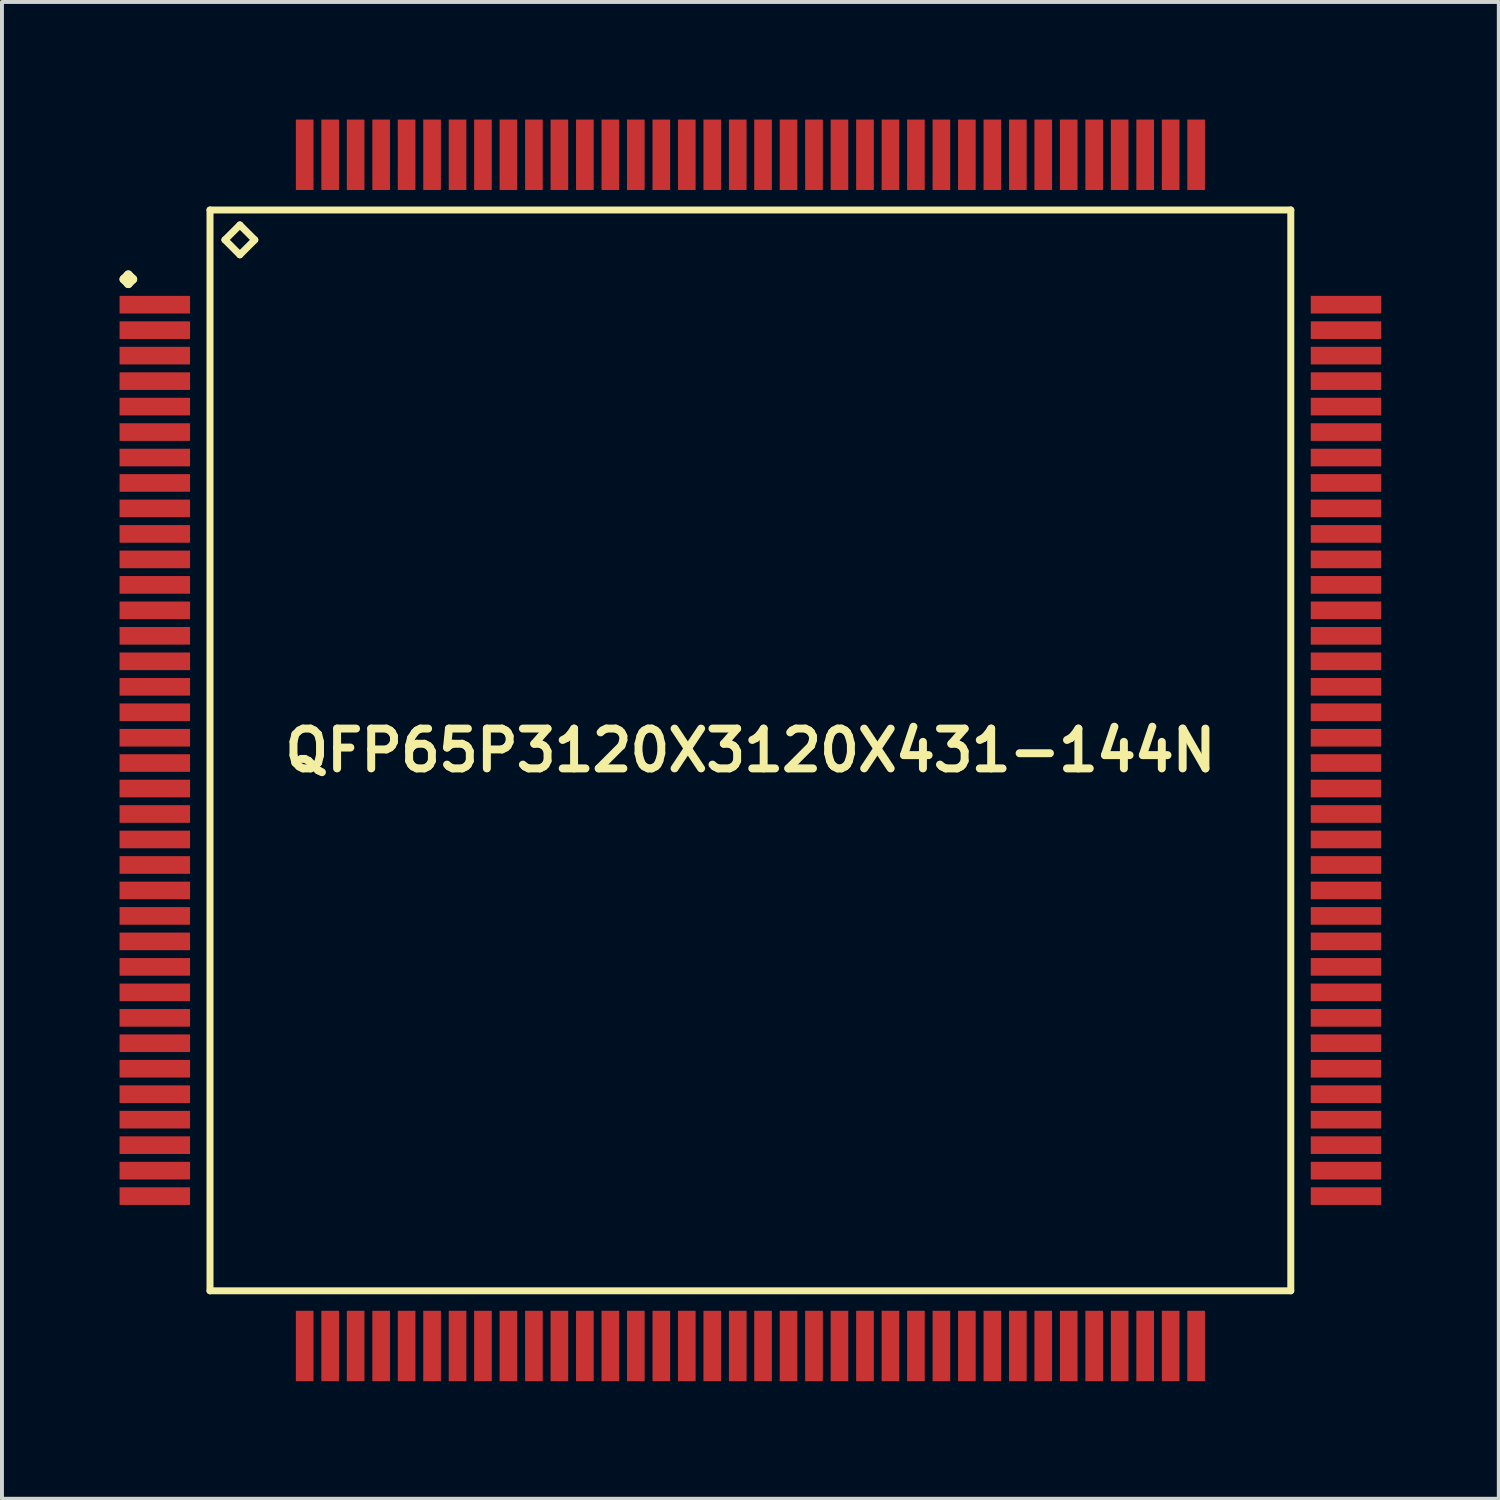
<source format=kicad_pcb>
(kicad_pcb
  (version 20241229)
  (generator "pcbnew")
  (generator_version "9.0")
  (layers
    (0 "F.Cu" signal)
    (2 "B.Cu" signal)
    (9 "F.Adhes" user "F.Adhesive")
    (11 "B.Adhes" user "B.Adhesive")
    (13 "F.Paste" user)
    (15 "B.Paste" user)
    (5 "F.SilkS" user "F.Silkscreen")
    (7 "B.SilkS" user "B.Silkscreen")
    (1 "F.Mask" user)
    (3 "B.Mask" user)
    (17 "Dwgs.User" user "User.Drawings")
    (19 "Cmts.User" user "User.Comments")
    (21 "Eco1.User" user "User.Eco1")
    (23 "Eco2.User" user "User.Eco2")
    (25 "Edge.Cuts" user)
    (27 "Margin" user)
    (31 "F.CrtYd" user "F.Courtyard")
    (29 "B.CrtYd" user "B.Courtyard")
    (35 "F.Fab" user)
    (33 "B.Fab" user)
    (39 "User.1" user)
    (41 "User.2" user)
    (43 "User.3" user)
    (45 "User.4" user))
  (footprint "QFP65P3120X3120X431-144N"
    (layer "F.Cu")
    (at 16.099 16.099)
    (property "Reference" "QFP65P3120X3120X431-144N" (at 0 0 0) (layer "F.SilkS") (effects (font (size 1.016 1.016) (thickness 0.203))))
    (attr smd)
    (fp_line (start -15.987 -12.024) (end -15.875 -12.136) (stroke (width 0.224) (type solid)) (layer "F.SilkS"))
    (fp_line (start -15.875 -12.136) (end -15.761 -12.024) (stroke (width 0.224) (type solid)) (layer "F.SilkS"))
    (fp_line (start -15.875 -11.91) (end -15.987 -12.024) (stroke (width 0.224) (type solid)) (layer "F.SilkS"))
    (fp_line (start -15.761 -12.024) (end -15.875 -11.91) (stroke (width 0.224) (type solid)) (layer "F.SilkS"))
    (fp_line (start -13.79 -13.79) (end -13.79 13.79) (stroke (width 0.178) (type solid)) (layer "F.SilkS"))
    (fp_line (start -13.79 13.79) (end 13.79 13.79) (stroke (width 0.178) (type solid)) (layer "F.SilkS"))
    (fp_line (start -13.409 -13.028) (end -13.028 -13.409) (stroke (width 0.178) (type solid)) (layer "F.SilkS"))
    (fp_line (start -13.028 -13.409) (end -12.647 -13.028) (stroke (width 0.178) (type solid)) (layer "F.SilkS"))
    (fp_line (start -13.028 -12.647) (end -13.409 -13.028) (stroke (width 0.178) (type solid)) (layer "F.SilkS"))
    (fp_line (start -12.647 -13.028) (end -13.028 -12.647) (stroke (width 0.178) (type solid)) (layer "F.SilkS"))
    (fp_line (start 13.79 -13.79) (end -13.79 -13.79) (stroke (width 0.178) (type solid)) (layer "F.SilkS"))
    (fp_line (start 13.79 13.79) (end 13.79 -13.79) (stroke (width 0.178) (type solid)) (layer "F.SilkS"))
    (pad "1" smd rect (at -15.199 -11.374) (size 1.798 0.45) (layers "F.Cu" "F.Mask" "F.Paste"))
    (pad "2" smd rect (at -15.199 -10.724) (size 1.798 0.45) (layers "F.Cu" "F.Mask" "F.Paste"))
    (pad "3" smd rect (at -15.199 -10.074) (size 1.798 0.45) (layers "F.Cu" "F.Mask" "F.Paste"))
    (pad "4" smd rect (at -15.199 -9.423) (size 1.798 0.45) (layers "F.Cu" "F.Mask" "F.Paste"))
    (pad "5" smd rect (at -15.199 -8.773) (size 1.798 0.45) (layers "F.Cu" "F.Mask" "F.Paste"))
    (pad "6" smd rect (at -15.199 -8.123) (size 1.798 0.45) (layers "F.Cu" "F.Mask" "F.Paste"))
    (pad "7" smd rect (at -15.199 -7.473) (size 1.798 0.45) (layers "F.Cu" "F.Mask" "F.Paste"))
    (pad "8" smd rect (at -15.199 -6.825) (size 1.798 0.45) (layers "F.Cu" "F.Mask" "F.Paste"))
    (pad "9" smd rect (at -15.199 -6.175) (size 1.798 0.45) (layers "F.Cu" "F.Mask" "F.Paste"))
    (pad "10" smd rect (at -15.199 -5.524) (size 1.798 0.45) (layers "F.Cu" "F.Mask" "F.Paste"))
    (pad "11" smd rect (at -15.199 -4.874) (size 1.798 0.45) (layers "F.Cu" "F.Mask" "F.Paste"))
    (pad "12" smd rect (at -15.199 -4.224) (size 1.798 0.45) (layers "F.Cu" "F.Mask" "F.Paste"))
    (pad "13" smd rect (at -15.199 -3.574) (size 1.798 0.45) (layers "F.Cu" "F.Mask" "F.Paste"))
    (pad "14" smd rect (at -15.199 -2.924) (size 1.798 0.45) (layers "F.Cu" "F.Mask" "F.Paste"))
    (pad "15" smd rect (at -15.199 -2.273) (size 1.798 0.45) (layers "F.Cu" "F.Mask" "F.Paste"))
    (pad "16" smd rect (at -15.199 -1.623) (size 1.798 0.45) (layers "F.Cu" "F.Mask" "F.Paste"))
    (pad "17" smd rect (at -15.199 -0.973) (size 1.798 0.45) (layers "F.Cu" "F.Mask" "F.Paste"))
    (pad "18" smd rect (at -15.199 -0.323) (size 1.798 0.45) (layers "F.Cu" "F.Mask" "F.Paste"))
    (pad "19" smd rect (at -15.199 0.323) (size 1.798 0.45) (layers "F.Cu" "F.Mask" "F.Paste"))
    (pad "20" smd rect (at -15.199 0.973) (size 1.798 0.45) (layers "F.Cu" "F.Mask" "F.Paste"))
    (pad "21" smd rect (at -15.199 1.623) (size 1.798 0.45) (layers "F.Cu" "F.Mask" "F.Paste"))
    (pad "22" smd rect (at -15.199 2.273) (size 1.798 0.45) (layers "F.Cu" "F.Mask" "F.Paste"))
    (pad "23" smd rect (at -15.199 2.924) (size 1.798 0.45) (layers "F.Cu" "F.Mask" "F.Paste"))
    (pad "24" smd rect (at -15.199 3.574) (size 1.798 0.45) (layers "F.Cu" "F.Mask" "F.Paste"))
    (pad "25" smd rect (at -15.199 4.224) (size 1.798 0.45) (layers "F.Cu" "F.Mask" "F.Paste"))
    (pad "26" smd rect (at -15.199 4.874) (size 1.798 0.45) (layers "F.Cu" "F.Mask" "F.Paste"))
    (pad "27" smd rect (at -15.199 5.524) (size 1.798 0.45) (layers "F.Cu" "F.Mask" "F.Paste"))
    (pad "28" smd rect (at -15.199 6.175) (size 1.798 0.45) (layers "F.Cu" "F.Mask" "F.Paste"))
    (pad "29" smd rect (at -15.199 6.825) (size 1.798 0.45) (layers "F.Cu" "F.Mask" "F.Paste"))
    (pad "30" smd rect (at -15.199 7.473) (size 1.798 0.45) (layers "F.Cu" "F.Mask" "F.Paste"))
    (pad "31" smd rect (at -15.199 8.123) (size 1.798 0.45) (layers "F.Cu" "F.Mask" "F.Paste"))
    (pad "32" smd rect (at -15.199 8.773) (size 1.798 0.45) (layers "F.Cu" "F.Mask" "F.Paste"))
    (pad "33" smd rect (at -15.199 9.423) (size 1.798 0.45) (layers "F.Cu" "F.Mask" "F.Paste"))
    (pad "34" smd rect (at -15.199 10.074) (size 1.798 0.45) (layers "F.Cu" "F.Mask" "F.Paste"))
    (pad "35" smd rect (at -15.199 10.724) (size 1.798 0.45) (layers "F.Cu" "F.Mask" "F.Paste"))
    (pad "36" smd rect (at -15.199 11.374) (size 1.798 0.45) (layers "F.Cu" "F.Mask" "F.Paste"))
    (pad "37" smd rect (at -11.374 15.199) (size 0.45 1.798) (layers "F.Cu" "F.Mask" "F.Paste"))
    (pad "38" smd rect (at -10.724 15.199) (size 0.45 1.798) (layers "F.Cu" "F.Mask" "F.Paste"))
    (pad "39" smd rect (at -10.074 15.199) (size 0.45 1.798) (layers "F.Cu" "F.Mask" "F.Paste"))
    (pad "40" smd rect (at -9.423 15.199) (size 0.45 1.798) (layers "F.Cu" "F.Mask" "F.Paste"))
    (pad "41" smd rect (at -8.773 15.199) (size 0.45 1.798) (layers "F.Cu" "F.Mask" "F.Paste"))
    (pad "42" smd rect (at -8.123 15.199) (size 0.45 1.798) (layers "F.Cu" "F.Mask" "F.Paste"))
    (pad "43" smd rect (at -7.473 15.199) (size 0.45 1.798) (layers "F.Cu" "F.Mask" "F.Paste"))
    (pad "44" smd rect (at -6.825 15.199) (size 0.45 1.798) (layers "F.Cu" "F.Mask" "F.Paste"))
    (pad "45" smd rect (at -6.175 15.199) (size 0.45 1.798) (layers "F.Cu" "F.Mask" "F.Paste"))
    (pad "46" smd rect (at -5.524 15.199) (size 0.45 1.798) (layers "F.Cu" "F.Mask" "F.Paste"))
    (pad "47" smd rect (at -4.874 15.199) (size 0.45 1.798) (layers "F.Cu" "F.Mask" "F.Paste"))
    (pad "48" smd rect (at -4.224 15.199) (size 0.45 1.798) (layers "F.Cu" "F.Mask" "F.Paste"))
    (pad "49" smd rect (at -3.574 15.199) (size 0.45 1.798) (layers "F.Cu" "F.Mask" "F.Paste"))
    (pad "50" smd rect (at -2.924 15.199) (size 0.45 1.798) (layers "F.Cu" "F.Mask" "F.Paste"))
    (pad "51" smd rect (at -2.273 15.199) (size 0.45 1.798) (layers "F.Cu" "F.Mask" "F.Paste"))
    (pad "52" smd rect (at -1.623 15.199) (size 0.45 1.798) (layers "F.Cu" "F.Mask" "F.Paste"))
    (pad "53" smd rect (at -0.973 15.199) (size 0.45 1.798) (layers "F.Cu" "F.Mask" "F.Paste"))
    (pad "54" smd rect (at -0.323 15.199) (size 0.45 1.798) (layers "F.Cu" "F.Mask" "F.Paste"))
    (pad "55" smd rect (at 0.323 15.199) (size 0.45 1.798) (layers "F.Cu" "F.Mask" "F.Paste"))
    (pad "56" smd rect (at 0.973 15.199) (size 0.45 1.798) (layers "F.Cu" "F.Mask" "F.Paste"))
    (pad "57" smd rect (at 1.623 15.199) (size 0.45 1.798) (layers "F.Cu" "F.Mask" "F.Paste"))
    (pad "58" smd rect (at 2.273 15.199) (size 0.45 1.798) (layers "F.Cu" "F.Mask" "F.Paste"))
    (pad "59" smd rect (at 2.924 15.199) (size 0.45 1.798) (layers "F.Cu" "F.Mask" "F.Paste"))
    (pad "60" smd rect (at 3.574 15.199) (size 0.45 1.798) (layers "F.Cu" "F.Mask" "F.Paste"))
    (pad "61" smd rect (at 4.224 15.199) (size 0.45 1.798) (layers "F.Cu" "F.Mask" "F.Paste"))
    (pad "62" smd rect (at 4.874 15.199) (size 0.45 1.798) (layers "F.Cu" "F.Mask" "F.Paste"))
    (pad "63" smd rect (at 5.524 15.199) (size 0.45 1.798) (layers "F.Cu" "F.Mask" "F.Paste"))
    (pad "64" smd rect (at 6.175 15.199) (size 0.45 1.798) (layers "F.Cu" "F.Mask" "F.Paste"))
    (pad "65" smd rect (at 6.825 15.199) (size 0.45 1.798) (layers "F.Cu" "F.Mask" "F.Paste"))
    (pad "66" smd rect (at 7.473 15.199) (size 0.45 1.798) (layers "F.Cu" "F.Mask" "F.Paste"))
    (pad "67" smd rect (at 8.123 15.199) (size 0.45 1.798) (layers "F.Cu" "F.Mask" "F.Paste"))
    (pad "68" smd rect (at 8.773 15.199) (size 0.45 1.798) (layers "F.Cu" "F.Mask" "F.Paste"))
    (pad "69" smd rect (at 9.423 15.199) (size 0.45 1.798) (layers "F.Cu" "F.Mask" "F.Paste"))
    (pad "70" smd rect (at 10.074 15.199) (size 0.45 1.798) (layers "F.Cu" "F.Mask" "F.Paste"))
    (pad "71" smd rect (at 10.724 15.199) (size 0.45 1.798) (layers "F.Cu" "F.Mask" "F.Paste"))
    (pad "72" smd rect (at 11.374 15.199) (size 0.45 1.798) (layers "F.Cu" "F.Mask" "F.Paste"))
    (pad "73" smd rect (at 15.199 11.374) (size 1.798 0.45) (layers "F.Cu" "F.Mask" "F.Paste"))
    (pad "74" smd rect (at 15.199 10.724) (size 1.798 0.45) (layers "F.Cu" "F.Mask" "F.Paste"))
    (pad "75" smd rect (at 15.199 10.074) (size 1.798 0.45) (layers "F.Cu" "F.Mask" "F.Paste"))
    (pad "76" smd rect (at 15.199 9.423) (size 1.798 0.45) (layers "F.Cu" "F.Mask" "F.Paste"))
    (pad "77" smd rect (at 15.199 8.773) (size 1.798 0.45) (layers "F.Cu" "F.Mask" "F.Paste"))
    (pad "78" smd rect (at 15.199 8.123) (size 1.798 0.45) (layers "F.Cu" "F.Mask" "F.Paste"))
    (pad "79" smd rect (at 15.199 7.473) (size 1.798 0.45) (layers "F.Cu" "F.Mask" "F.Paste"))
    (pad "80" smd rect (at 15.199 6.825) (size 1.798 0.45) (layers "F.Cu" "F.Mask" "F.Paste"))
    (pad "81" smd rect (at 15.199 6.175) (size 1.798 0.45) (layers "F.Cu" "F.Mask" "F.Paste"))
    (pad "82" smd rect (at 15.199 5.524) (size 1.798 0.45) (layers "F.Cu" "F.Mask" "F.Paste"))
    (pad "83" smd rect (at 15.199 4.874) (size 1.798 0.45) (layers "F.Cu" "F.Mask" "F.Paste"))
    (pad "84" smd rect (at 15.199 4.224) (size 1.798 0.45) (layers "F.Cu" "F.Mask" "F.Paste"))
    (pad "85" smd rect (at 15.199 3.574) (size 1.798 0.45) (layers "F.Cu" "F.Mask" "F.Paste"))
    (pad "86" smd rect (at 15.199 2.924) (size 1.798 0.45) (layers "F.Cu" "F.Mask" "F.Paste"))
    (pad "87" smd rect (at 15.199 2.273) (size 1.798 0.45) (layers "F.Cu" "F.Mask" "F.Paste"))
    (pad "88" smd rect (at 15.199 1.623) (size 1.798 0.45) (layers "F.Cu" "F.Mask" "F.Paste"))
    (pad "89" smd rect (at 15.199 0.973) (size 1.798 0.45) (layers "F.Cu" "F.Mask" "F.Paste"))
    (pad "90" smd rect (at 15.199 0.323) (size 1.798 0.45) (layers "F.Cu" "F.Mask" "F.Paste"))
    (pad "91" smd rect (at 15.199 -0.323) (size 1.798 0.45) (layers "F.Cu" "F.Mask" "F.Paste"))
    (pad "92" smd rect (at 15.199 -0.973) (size 1.798 0.45) (layers "F.Cu" "F.Mask" "F.Paste"))
    (pad "93" smd rect (at 15.199 -1.623) (size 1.798 0.45) (layers "F.Cu" "F.Mask" "F.Paste"))
    (pad "94" smd rect (at 15.199 -2.273) (size 1.798 0.45) (layers "F.Cu" "F.Mask" "F.Paste"))
    (pad "95" smd rect (at 15.199 -2.924) (size 1.798 0.45) (layers "F.Cu" "F.Mask" "F.Paste"))
    (pad "96" smd rect (at 15.199 -3.574) (size 1.798 0.45) (layers "F.Cu" "F.Mask" "F.Paste"))
    (pad "97" smd rect (at 15.199 -4.224) (size 1.798 0.45) (layers "F.Cu" "F.Mask" "F.Paste"))
    (pad "98" smd rect (at 15.199 -4.874) (size 1.798 0.45) (layers "F.Cu" "F.Mask" "F.Paste"))
    (pad "99" smd rect (at 15.199 -5.524) (size 1.798 0.45) (layers "F.Cu" "F.Mask" "F.Paste"))
    (pad "100" smd rect (at 15.199 -6.175) (size 1.798 0.45) (layers "F.Cu" "F.Mask" "F.Paste"))
    (pad "101" smd rect (at 15.199 -6.825) (size 1.798 0.45) (layers "F.Cu" "F.Mask" "F.Paste"))
    (pad "102" smd rect (at 15.199 -7.473) (size 1.798 0.45) (layers "F.Cu" "F.Mask" "F.Paste"))
    (pad "103" smd rect (at 15.199 -8.123) (size 1.798 0.45) (layers "F.Cu" "F.Mask" "F.Paste"))
    (pad "104" smd rect (at 15.199 -8.773) (size 1.798 0.45) (layers "F.Cu" "F.Mask" "F.Paste"))
    (pad "105" smd rect (at 15.199 -9.423) (size 1.798 0.45) (layers "F.Cu" "F.Mask" "F.Paste"))
    (pad "106" smd rect (at 15.199 -10.074) (size 1.798 0.45) (layers "F.Cu" "F.Mask" "F.Paste"))
    (pad "107" smd rect (at 15.199 -10.724) (size 1.798 0.45) (layers "F.Cu" "F.Mask" "F.Paste"))
    (pad "108" smd rect (at 15.199 -11.374) (size 1.798 0.45) (layers "F.Cu" "F.Mask" "F.Paste"))
    (pad "109" smd rect (at 11.374 -15.199) (size 0.45 1.798) (layers "F.Cu" "F.Mask" "F.Paste"))
    (pad "110" smd rect (at 10.724 -15.199) (size 0.45 1.798) (layers "F.Cu" "F.Mask" "F.Paste"))
    (pad "111" smd rect (at 10.074 -15.199) (size 0.45 1.798) (layers "F.Cu" "F.Mask" "F.Paste"))
    (pad "112" smd rect (at 9.423 -15.199) (size 0.45 1.798) (layers "F.Cu" "F.Mask" "F.Paste"))
    (pad "113" smd rect (at 8.773 -15.199) (size 0.45 1.798) (layers "F.Cu" "F.Mask" "F.Paste"))
    (pad "114" smd rect (at 8.123 -15.199) (size 0.45 1.798) (layers "F.Cu" "F.Mask" "F.Paste"))
    (pad "115" smd rect (at 7.473 -15.199) (size 0.45 1.798) (layers "F.Cu" "F.Mask" "F.Paste"))
    (pad "116" smd rect (at 6.825 -15.199) (size 0.45 1.798) (layers "F.Cu" "F.Mask" "F.Paste"))
    (pad "117" smd rect (at 6.175 -15.199) (size 0.45 1.798) (layers "F.Cu" "F.Mask" "F.Paste"))
    (pad "118" smd rect (at 5.524 -15.199) (size 0.45 1.798) (layers "F.Cu" "F.Mask" "F.Paste"))
    (pad "119" smd rect (at 4.874 -15.199) (size 0.45 1.798) (layers "F.Cu" "F.Mask" "F.Paste"))
    (pad "120" smd rect (at 4.224 -15.199) (size 0.45 1.798) (layers "F.Cu" "F.Mask" "F.Paste"))
    (pad "121" smd rect (at 3.574 -15.199) (size 0.45 1.798) (layers "F.Cu" "F.Mask" "F.Paste"))
    (pad "122" smd rect (at 2.924 -15.199) (size 0.45 1.798) (layers "F.Cu" "F.Mask" "F.Paste"))
    (pad "123" smd rect (at 2.273 -15.199) (size 0.45 1.798) (layers "F.Cu" "F.Mask" "F.Paste"))
    (pad "124" smd rect (at 1.623 -15.199) (size 0.45 1.798) (layers "F.Cu" "F.Mask" "F.Paste"))
    (pad "125" smd rect (at 0.973 -15.199) (size 0.45 1.798) (layers "F.Cu" "F.Mask" "F.Paste"))
    (pad "126" smd rect (at 0.323 -15.199) (size 0.45 1.798) (layers "F.Cu" "F.Mask" "F.Paste"))
    (pad "127" smd rect (at -0.323 -15.199) (size 0.45 1.798) (layers "F.Cu" "F.Mask" "F.Paste"))
    (pad "128" smd rect (at -0.973 -15.199) (size 0.45 1.798) (layers "F.Cu" "F.Mask" "F.Paste"))
    (pad "129" smd rect (at -1.623 -15.199) (size 0.45 1.798) (layers "F.Cu" "F.Mask" "F.Paste"))
    (pad "130" smd rect (at -2.273 -15.199) (size 0.45 1.798) (layers "F.Cu" "F.Mask" "F.Paste"))
    (pad "131" smd rect (at -2.924 -15.199) (size 0.45 1.798) (layers "F.Cu" "F.Mask" "F.Paste"))
    (pad "132" smd rect (at -3.574 -15.199) (size 0.45 1.798) (layers "F.Cu" "F.Mask" "F.Paste"))
    (pad "133" smd rect (at -4.224 -15.199) (size 0.45 1.798) (layers "F.Cu" "F.Mask" "F.Paste"))
    (pad "134" smd rect (at -4.874 -15.199) (size 0.45 1.798) (layers "F.Cu" "F.Mask" "F.Paste"))
    (pad "135" smd rect (at -5.524 -15.199) (size 0.45 1.798) (layers "F.Cu" "F.Mask" "F.Paste"))
    (pad "136" smd rect (at -6.175 -15.199) (size 0.45 1.798) (layers "F.Cu" "F.Mask" "F.Paste"))
    (pad "137" smd rect (at -6.825 -15.199) (size 0.45 1.798) (layers "F.Cu" "F.Mask" "F.Paste"))
    (pad "138" smd rect (at -7.473 -15.199) (size 0.45 1.798) (layers "F.Cu" "F.Mask" "F.Paste"))
    (pad "139" smd rect (at -8.123 -15.199) (size 0.45 1.798) (layers "F.Cu" "F.Mask" "F.Paste"))
    (pad "140" smd rect (at -8.773 -15.199) (size 0.45 1.798) (layers "F.Cu" "F.Mask" "F.Paste"))
    (pad "141" smd rect (at -9.423 -15.199) (size 0.45 1.798) (layers "F.Cu" "F.Mask" "F.Paste"))
    (pad "142" smd rect (at -10.074 -15.199) (size 0.45 1.798) (layers "F.Cu" "F.Mask" "F.Paste"))
    (pad "143" smd rect (at -10.724 -15.199) (size 0.45 1.798) (layers "F.Cu" "F.Mask" "F.Paste"))
    (pad "144" smd rect (at -11.374 -15.199) (size 0.45 1.798) (layers "F.Cu" "F.Mask" "F.Paste")))
  (gr_rect
    (start -3 -3)
    (end 35.197 35.197)
    (stroke (width 0.1) (type default))
    (fill no)
    (layer "Edge.Cuts")))
</source>
